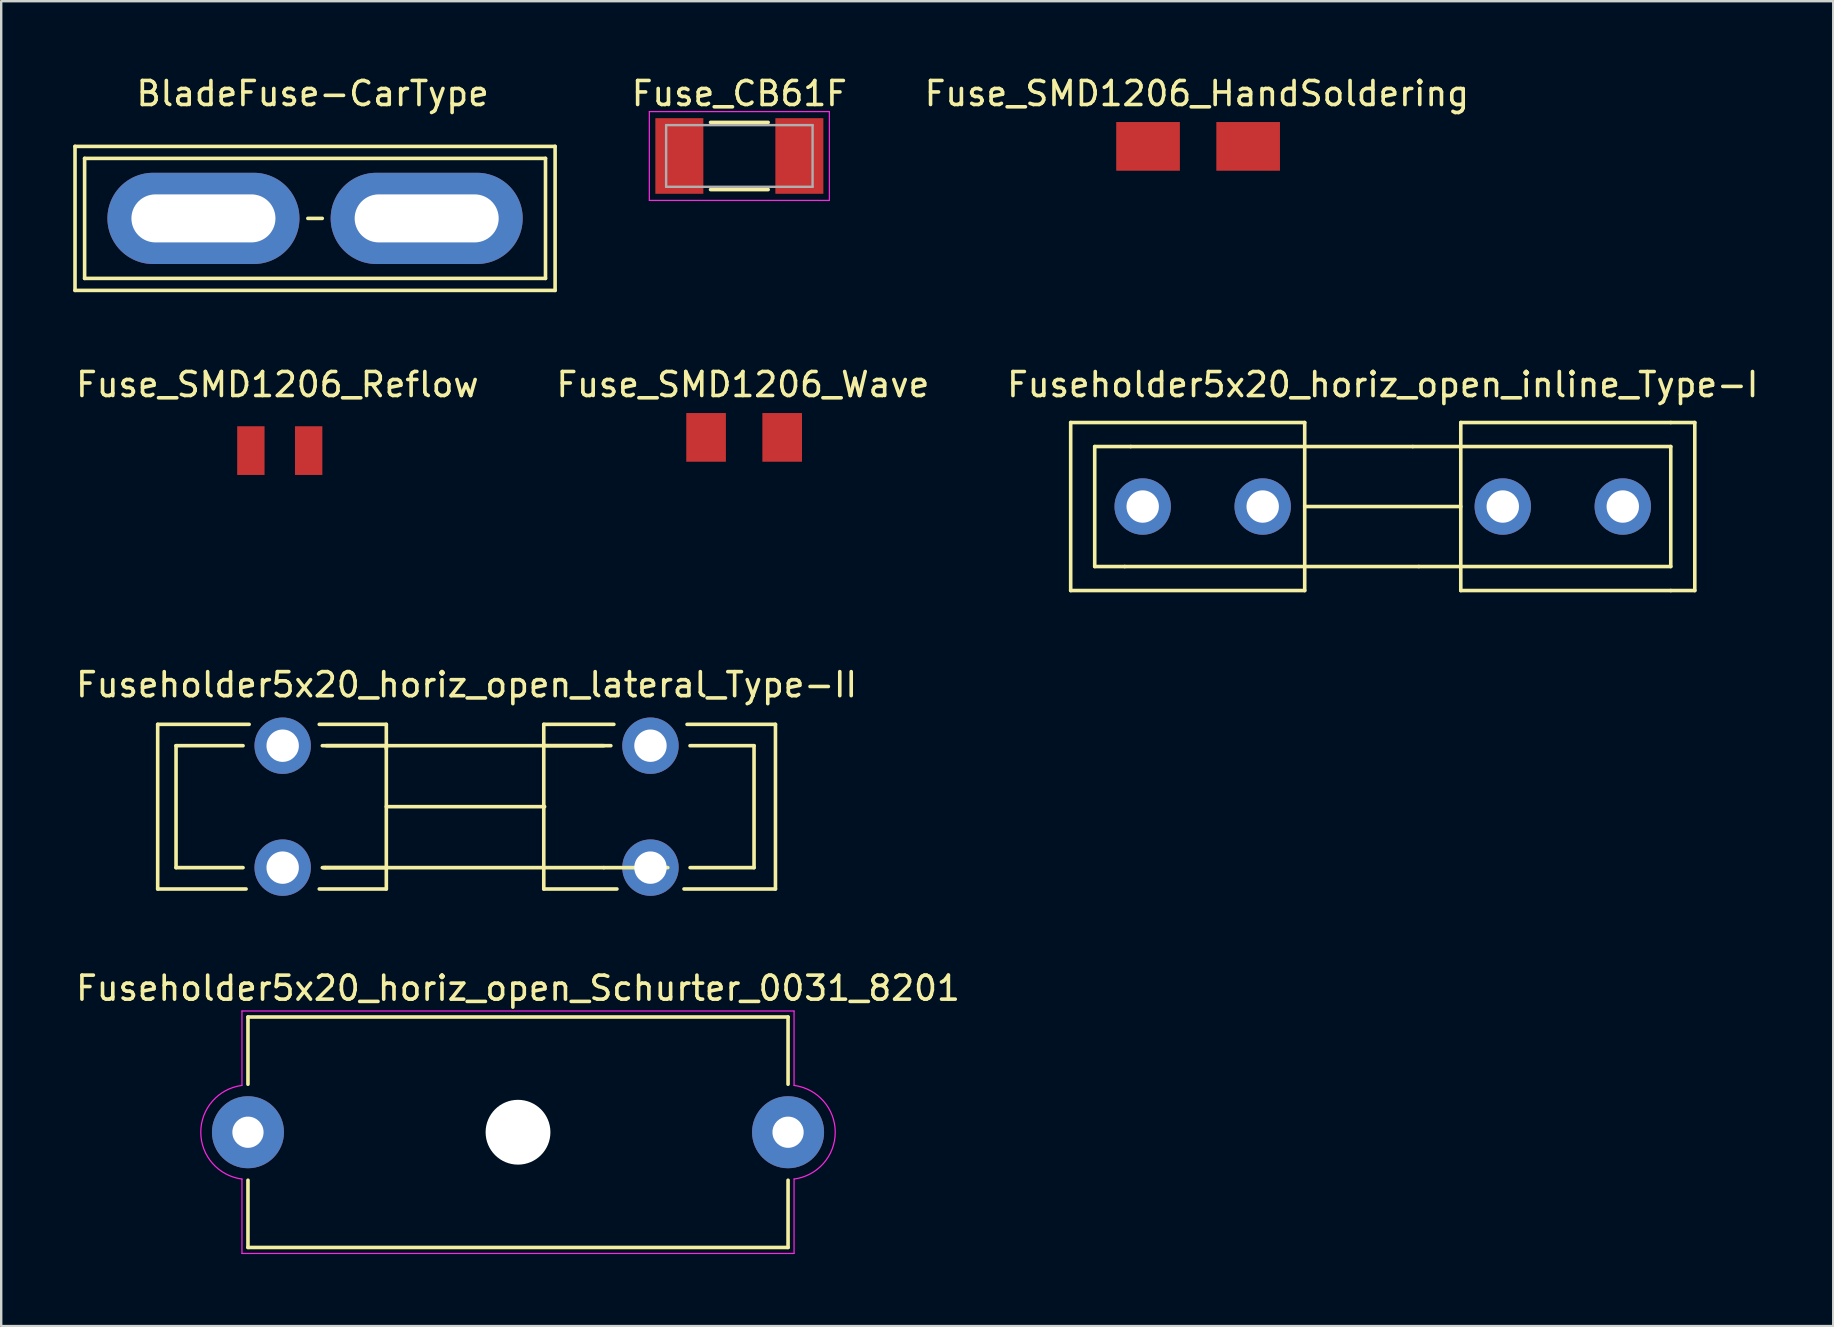
<source format=kicad_pcb>
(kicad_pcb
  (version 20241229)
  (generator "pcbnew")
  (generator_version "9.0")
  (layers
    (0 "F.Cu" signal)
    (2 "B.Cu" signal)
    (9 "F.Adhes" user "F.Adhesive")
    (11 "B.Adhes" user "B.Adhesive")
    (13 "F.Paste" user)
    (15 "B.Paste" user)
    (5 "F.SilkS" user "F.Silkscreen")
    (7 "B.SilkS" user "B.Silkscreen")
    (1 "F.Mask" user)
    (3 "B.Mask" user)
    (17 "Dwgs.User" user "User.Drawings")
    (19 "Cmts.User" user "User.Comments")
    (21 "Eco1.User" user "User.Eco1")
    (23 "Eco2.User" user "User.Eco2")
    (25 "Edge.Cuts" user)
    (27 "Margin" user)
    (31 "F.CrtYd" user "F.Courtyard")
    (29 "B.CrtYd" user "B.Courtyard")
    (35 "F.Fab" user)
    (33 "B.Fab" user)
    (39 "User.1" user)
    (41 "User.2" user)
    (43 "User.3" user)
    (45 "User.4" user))
  (footprint "Fuse_SMD1206_HandSoldering"
    (layer "F.Cu")
    (at 46.862 3.048)
    (property "Reference" "Fuse_SMD1206_HandSoldering" (at -0.051 -2.2 0) (layer "F.SilkS") (effects (font (size 1 1) (thickness 0.15))))
    (attr smd)
    (pad "1" smd rect (at -2.085 0 90) (size 2.029 2.652) (layers "F.Cu" "F.Mask" "F.Paste"))
    (pad "2" smd rect (at 2.085 0 90) (size 2.029 2.652) (layers "F.Cu" "F.Mask" "F.Paste")))
  (footprint "Fuse_SMD1206_Reflow"
    (layer "F.Cu")
    (at 8.605 15.722)
    (property "Reference" "Fuse_SMD1206_Reflow" (at -0.099 -2.751 0) (layer "F.SilkS") (effects (font (size 1 1) (thickness 0.15))))
    (attr smd)
    (pad "1" smd rect (at -1.204 0 90) (size 2.029 1.14) (layers "F.Cu" "F.Mask" "F.Paste"))
    (pad "2" smd rect (at 1.204 0 90) (size 2.029 1.14) (layers "F.Cu" "F.Mask" "F.Paste")))
  (footprint "Fuseholder5x20_horiz_open_lateral_Type-II"
    (layer "F.Cu")
    (at 16.387 30.555)
    (property "Reference" "Fuseholder5x20_horiz_open_lateral_Type-II" (at 0 -5.08 0) (layer "F.SilkS") (effects (font (size 1 1) (thickness 0.15))))
    (attr through_hole)
    (fp_line (start -12.868 -3.429) (end -12.868 3.429) (stroke (width 0.15) (type solid)) (layer "F.SilkS"))
    (fp_line (start -12.868 -3.429) (end -9.058 -3.429) (stroke (width 0.15) (type solid)) (layer "F.SilkS"))
    (fp_line (start -12.868 3.429) (end -9.185 3.429) (stroke (width 0.15) (type solid)) (layer "F.SilkS"))
    (fp_line (start -12.106 -2.54) (end -9.312 -2.54) (stroke (width 0.15) (type solid)) (layer "F.SilkS"))
    (fp_line (start -12.106 2.54) (end -9.312 2.54) (stroke (width 0.15) (type solid)) (layer "F.SilkS"))
    (fp_line (start -12.103 -2.54) (end -12.103 2.54) (stroke (width 0.15) (type solid)) (layer "F.SilkS"))
    (fp_line (start -5.883 2.54) (end -6.01 2.54) (stroke (width 0.15) (type solid)) (layer "F.SilkS"))
    (fp_line (start -5.883 2.54) (end -3.343 2.54) (stroke (width 0.15) (type solid)) (layer "F.SilkS"))
    (fp_line (start -5.842 -2.54) (end 5.715 -2.54) (stroke (width 0.15) (type solid)) (layer "F.SilkS"))
    (fp_line (start -3.343 -3.429) (end -6.137 -3.429) (stroke (width 0.15) (type solid)) (layer "F.SilkS"))
    (fp_line (start -3.343 -3.429) (end -3.343 -2.413) (stroke (width 0.15) (type solid)) (layer "F.SilkS"))
    (fp_line (start -3.343 -2.54) (end -6.01 -2.54) (stroke (width 0.15) (type solid)) (layer "F.SilkS"))
    (fp_line (start -3.343 0) (end -3.343 -2.54) (stroke (width 0.15) (type solid)) (layer "F.SilkS"))
    (fp_line (start -3.343 2.54) (end -3.343 0) (stroke (width 0.15) (type solid)) (layer "F.SilkS"))
    (fp_line (start -3.343 3.429) (end -6.137 3.429) (stroke (width 0.15) (type solid)) (layer "F.SilkS"))
    (fp_line (start -3.343 3.429) (end -3.343 2.54) (stroke (width 0.15) (type solid)) (layer "F.SilkS"))
    (fp_line (start 3.216 -3.429) (end 3.216 -2.54) (stroke (width 0.15) (type solid)) (layer "F.SilkS"))
    (fp_line (start 3.216 -3.429) (end 6.137 -3.429) (stroke (width 0.15) (type solid)) (layer "F.SilkS"))
    (fp_line (start 3.216 -2.54) (end 6.01 -2.54) (stroke (width 0.15) (type solid)) (layer "F.SilkS"))
    (fp_line (start 3.216 0) (end 3.216 -2.54) (stroke (width 0.15) (type solid)) (layer "F.SilkS"))
    (fp_line (start 3.216 2.54) (end 3.216 0) (stroke (width 0.15) (type solid)) (layer "F.SilkS"))
    (fp_line (start 3.216 3.429) (end 3.216 2.54) (stroke (width 0.15) (type solid)) (layer "F.SilkS"))
    (fp_line (start 3.216 3.429) (end 6.264 3.429) (stroke (width 0.15) (type solid)) (layer "F.SilkS"))
    (fp_line (start 3.251 0) (end -3.251 0) (stroke (width 0.15) (type solid)) (layer "F.SilkS"))
    (fp_line (start 5.715 2.54) (end -5.969 2.54) (stroke (width 0.15) (type solid)) (layer "F.SilkS"))
    (fp_line (start 5.715 2.54) (end 8.382 2.54) (stroke (width 0.15) (type solid)) (layer "F.SilkS"))
    (fp_line (start 11.976 -2.54) (end 9.309 -2.54) (stroke (width 0.15) (type solid)) (layer "F.SilkS"))
    (fp_line (start 11.976 -2.54) (end 11.976 2.54) (stroke (width 0.15) (type solid)) (layer "F.SilkS"))
    (fp_line (start 11.979 2.54) (end 9.312 2.54) (stroke (width 0.15) (type solid)) (layer "F.SilkS"))
    (fp_line (start 12.868 -3.429) (end 9.185 -3.429) (stroke (width 0.15) (type solid)) (layer "F.SilkS"))
    (fp_line (start 12.868 -3.429) (end 12.868 3.429) (stroke (width 0.15) (type solid)) (layer "F.SilkS"))
    (fp_line (start 12.868 3.429) (end 9.058 3.429) (stroke (width 0.15) (type solid)) (layer "F.SilkS"))
    (pad "1" thru_hole circle (at -7.661 -2.54) (size 2.349 2.349) (drill 1.349) (layers "*.Cu" "*.Mask"))
    (pad "1" thru_hole circle (at -7.661 2.54) (size 2.349 2.349) (drill 1.349) (layers "*.Cu" "*.Mask"))
    (pad "2" thru_hole circle (at 7.661 -2.54) (size 2.349 2.349) (drill 1.349) (layers "*.Cu" "*.Mask"))
    (pad "2" thru_hole circle (at 7.661 2.54) (size 2.349 2.349) (drill 1.349) (layers "*.Cu" "*.Mask")))
  (footprint "Fuseholder5x20_horiz_open_Schurter_0031_8201"
    (layer "F.Cu")
    (at 7.28 44.118)
    (property "Reference" "Fuseholder5x20_horiz_open_Schurter_0031_8201" (at 11.25 -6 0) (layer "F.SilkS") (effects (font (size 1 1) (thickness 0.15))))
    (attr through_hole)
    (fp_line (start 0 -4.8) (end 22.5 -4.8) (stroke (width 0.15) (type solid)) (layer "F.SilkS"))
    (fp_line (start 0 -2) (end 0 -4.8) (stroke (width 0.15) (type solid)) (layer "F.SilkS"))
    (fp_line (start 0 4.8) (end 0 2) (stroke (width 0.15) (type solid)) (layer "F.SilkS"))
    (fp_line (start 0 4.8) (end 22.5 4.8) (stroke (width 0.15) (type solid)) (layer "F.SilkS"))
    (fp_line (start 22.5 -2) (end 22.5 -4.8) (stroke (width 0.15) (type solid)) (layer "F.SilkS"))
    (fp_line (start 22.5 4.8) (end 22.5 2) (stroke (width 0.15) (type solid)) (layer "F.SilkS"))
    (fp_line (start -0.25 -5.05) (end 22.75 -5.05) (stroke (width 0.05) (type solid)) (layer "F.CrtYd"))
    (fp_line (start -0.25 -1.95) (end -0.25 -5.05) (stroke (width 0.05) (type solid)) (layer "F.CrtYd"))
    (fp_line (start -0.25 5.05) (end -0.25 1.95) (stroke (width 0.05) (type solid)) (layer "F.CrtYd"))
    (fp_line (start 22.75 -1.95) (end 22.75 -5.05) (stroke (width 0.05) (type solid)) (layer "F.CrtYd"))
    (fp_line (start 22.75 1.95) (end 22.75 5.05) (stroke (width 0.05) (type solid)) (layer "F.CrtYd"))
    (fp_line (start 22.75 5.05) (end -0.25 5.05) (stroke (width 0.05) (type solid)) (layer "F.CrtYd"))
    (fp_arc (start -0.25 1.95) (mid -1.96596 0.001518) (end -0.253011 -1.949612) (stroke (width 0.05) (type solid)) (layer "F.CrtYd"))
    (fp_arc (start 22.75 -1.95) (mid 24.46596 -0.001518) (end 22.753011 1.949612) (stroke (width 0.05) (type solid)) (layer "F.CrtYd"))
    (pad "" np_thru_hole circle (at 11.25 0) (size 2.7 2.7) (drill 2.7) (layers "*.Cu" "*.Mask"))
    (pad "1" thru_hole circle (at 0 0) (size 3 3) (drill 1.3) (layers "*.Cu" "*.Mask"))
    (pad "2" thru_hole circle (at 22.5 0) (size 3 3) (drill 1.3) (layers "*.Cu" "*.Mask")))
  (footprint "Fuse_SMD1206_Wave"
    (layer "F.Cu")
    (at 27.95 15.171)
    (property "Reference" "Fuse_SMD1206_Wave" (at -0.051 -2.2 0) (layer "F.SilkS") (effects (font (size 1 1) (thickness 0.15))))
    (attr smd)
    (pad "1" smd rect (at -1.585 0 90) (size 2.029 1.651) (layers "F.Cu" "F.Mask" "F.Paste"))
    (pad "2" smd rect (at 1.585 0 90) (size 2.029 1.651) (layers "F.Cu" "F.Mask" "F.Paste")))
  (footprint "Fuseholder5x20_horiz_open_inline_Type-I"
    (layer "F.Cu")
    (at 54.554 18.052)
    (property "Reference" "Fuseholder5x20_horiz_open_inline_Type-I" (at 0 -5.08 0) (layer "F.SilkS") (effects (font (size 1 1) (thickness 0.15))))
    (attr through_hole)
    (fp_line (start -13 -3.5) (end -13 3.5) (stroke (width 0.15) (type solid)) (layer "F.SilkS"))
    (fp_line (start -11.999 -2.499) (end -11.999 2.499) (stroke (width 0.15) (type solid)) (layer "F.SilkS"))
    (fp_line (start -10.749 2.499) (end -11.999 2.499) (stroke (width 0.15) (type solid)) (layer "F.SilkS"))
    (fp_line (start -10.5 -2.499) (end -11.999 -2.499) (stroke (width 0.15) (type solid)) (layer "F.SilkS"))
    (fp_line (start -3.251 -3.5) (end -13 -3.5) (stroke (width 0.15) (type solid)) (layer "F.SilkS"))
    (fp_line (start -3.251 -3.5) (end -3.251 3.5) (stroke (width 0.15) (type solid)) (layer "F.SilkS"))
    (fp_line (start -3.251 3.5) (end -13 3.5) (stroke (width 0.15) (type solid)) (layer "F.SilkS"))
    (fp_line (start 1.25 -2.499) (end -10.5 -2.499) (stroke (width 0.15) (type solid)) (layer "F.SilkS"))
    (fp_line (start 1.501 2.499) (end -10.749 2.499) (stroke (width 0.15) (type solid)) (layer "F.SilkS"))
    (fp_line (start 3.251 -3.5) (end 3.251 3.5) (stroke (width 0.15) (type solid)) (layer "F.SilkS"))
    (fp_line (start 3.251 0) (end -3.251 0) (stroke (width 0.15) (type solid)) (layer "F.SilkS"))
    (fp_line (start 11.999 -3.5) (end 3.251 -3.5) (stroke (width 0.15) (type solid)) (layer "F.SilkS"))
    (fp_line (start 11.999 -2.499) (end 1.25 -2.499) (stroke (width 0.15) (type solid)) (layer "F.SilkS"))
    (fp_line (start 11.999 -2.499) (end 11.999 2.499) (stroke (width 0.15) (type solid)) (layer "F.SilkS"))
    (fp_line (start 11.999 2.499) (end 1.501 2.499) (stroke (width 0.15) (type solid)) (layer "F.SilkS"))
    (fp_line (start 11.999 3.5) (end 3.251 3.5) (stroke (width 0.15) (type solid)) (layer "F.SilkS"))
    (fp_line (start 13 -3.5) (end 11.999 -3.5) (stroke (width 0.15) (type solid)) (layer "F.SilkS"))
    (fp_line (start 13 -3.5) (end 13 3.5) (stroke (width 0.15) (type solid)) (layer "F.SilkS"))
    (fp_line (start 13 3.5) (end 11.999 3.5) (stroke (width 0.15) (type solid)) (layer "F.SilkS"))
    (pad "1" thru_hole circle (at -10 0) (size 2.349 2.349) (drill 1.349) (layers "*.Cu" "*.Mask"))
    (pad "1" thru_hole circle (at -5.001 0) (size 2.349 2.349) (drill 1.349) (layers "*.Cu" "*.Mask"))
    (pad "2" thru_hole circle (at 5.001 0) (size 2.349 2.349) (drill 1.349) (layers "*.Cu" "*.Mask"))
    (pad "2" thru_hole circle (at 10 0) (size 2.349 2.349) (drill 1.349) (layers "*.Cu" "*.Mask")))
  (footprint "Fuse_CB61F"
    (layer "F.Cu")
    (at 27.751 3.448)
    (property "Reference" "Fuse_CB61F" (at 0 -2.6 0) (layer "F.SilkS") (effects (font (size 1 1) (thickness 0.15))))
    (attr smd)
    (fp_line (start -1.2 -1.4) (end 1.2 -1.4) (stroke (width 0.15) (type solid)) (layer "F.SilkS"))
    (fp_line (start -1.2 1.4) (end 1.2 1.4) (stroke (width 0.15) (type solid)) (layer "F.SilkS"))
    (fp_line (start -3.75 -1.85) (end 3.75 -1.85) (stroke (width 0.05) (type solid)) (layer "F.CrtYd"))
    (fp_line (start -3.75 1.85) (end -3.75 -1.85) (stroke (width 0.05) (type solid)) (layer "F.CrtYd"))
    (fp_line (start 3.75 -1.85) (end 3.75 1.85) (stroke (width 0.05) (type solid)) (layer "F.CrtYd"))
    (fp_line (start 3.75 1.85) (end -3.75 1.85) (stroke (width 0.05) (type solid)) (layer "F.CrtYd"))
    (fp_line (start -3.05 -1.285) (end 3.05 -1.285) (stroke (width 0.1) (type solid)) (layer "F.Fab"))
    (fp_line (start -3.05 1.285) (end -3.05 -1.285) (stroke (width 0.1) (type solid)) (layer "F.Fab"))
    (fp_line (start 3.05 -1.285) (end 3.05 1.285) (stroke (width 0.1) (type solid)) (layer "F.Fab"))
    (fp_line (start 3.05 1.285) (end -3.05 1.285) (stroke (width 0.1) (type solid)) (layer "F.Fab"))
    (pad "1" smd rect (at -2.5 0) (size 2 3.15) (layers "F.Cu" "F.Mask" "F.Paste"))
    (pad "2" smd rect (at 2.5 0) (size 2 3.15) (layers "F.Cu" "F.Mask" "F.Paste")))
  (footprint "BladeFuse-CarType"
    (layer "F.Cu")
    (at 10.075 6.048)
    (property "Reference" "BladeFuse-CarType" (at -0.1 -5.2 0) (layer "F.SilkS") (effects (font (size 1 1) (thickness 0.15))))
    (attr through_hole)
    (fp_line (start -10 -3) (end 10 -3) (stroke (width 0.15) (type solid)) (layer "F.SilkS"))
    (fp_line (start -10 3) (end -10 -3) (stroke (width 0.15) (type solid)) (layer "F.SilkS"))
    (fp_line (start -9.6 -2.5) (end 9.6 -2.5) (stroke (width 0.15) (type solid)) (layer "F.SilkS"))
    (fp_line (start -9.6 2.5) (end -9.6 -2.5) (stroke (width 0.15) (type solid)) (layer "F.SilkS"))
    (fp_line (start 0.3 0) (end -0.3 0) (stroke (width 0.15) (type solid)) (layer "F.SilkS"))
    (fp_line (start 9.6 -2.5) (end 9.6 2.5) (stroke (width 0.15) (type solid)) (layer "F.SilkS"))
    (fp_line (start 9.6 2.5) (end -9.6 2.5) (stroke (width 0.15) (type solid)) (layer "F.SilkS"))
    (fp_line (start 10 -3) (end 10 3) (stroke (width 0.15) (type solid)) (layer "F.SilkS"))
    (fp_line (start 10 3) (end -10 3) (stroke (width 0.15) (type solid)) (layer "F.SilkS"))
    (pad "1" thru_hole oval (at -4.65 0) (size 8 3.8) (drill oval 6 2) (layers "*.Cu" "*.Mask"))
    (pad "2" thru_hole oval (at 4.65 0) (size 8 3.8) (drill oval 6 2) (layers "*.Cu" "*.Mask")))
  (gr_rect
    (start -3 -3)
    (end 73.321 52.193)
    (stroke (width 0.1) (type default))
    (fill no)
    (layer "Edge.Cuts")))
</source>
